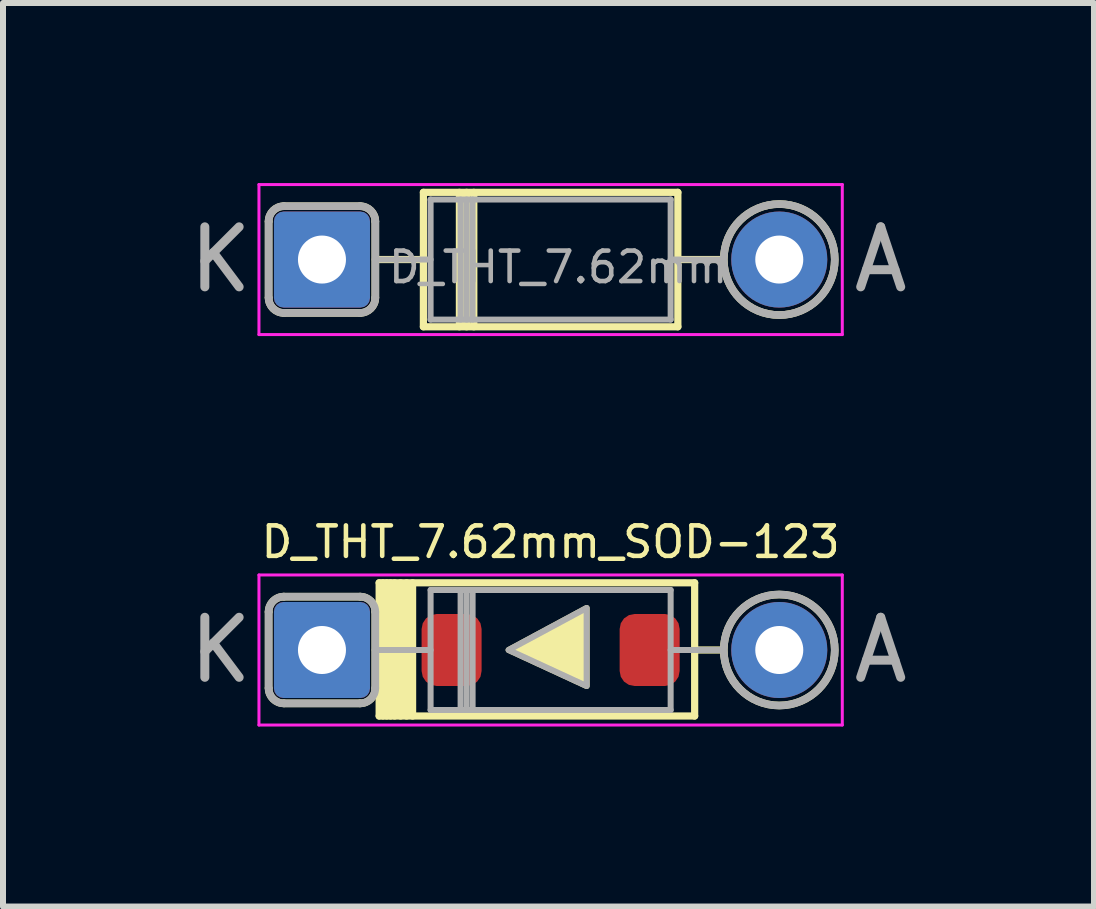
<source format=kicad_pcb>
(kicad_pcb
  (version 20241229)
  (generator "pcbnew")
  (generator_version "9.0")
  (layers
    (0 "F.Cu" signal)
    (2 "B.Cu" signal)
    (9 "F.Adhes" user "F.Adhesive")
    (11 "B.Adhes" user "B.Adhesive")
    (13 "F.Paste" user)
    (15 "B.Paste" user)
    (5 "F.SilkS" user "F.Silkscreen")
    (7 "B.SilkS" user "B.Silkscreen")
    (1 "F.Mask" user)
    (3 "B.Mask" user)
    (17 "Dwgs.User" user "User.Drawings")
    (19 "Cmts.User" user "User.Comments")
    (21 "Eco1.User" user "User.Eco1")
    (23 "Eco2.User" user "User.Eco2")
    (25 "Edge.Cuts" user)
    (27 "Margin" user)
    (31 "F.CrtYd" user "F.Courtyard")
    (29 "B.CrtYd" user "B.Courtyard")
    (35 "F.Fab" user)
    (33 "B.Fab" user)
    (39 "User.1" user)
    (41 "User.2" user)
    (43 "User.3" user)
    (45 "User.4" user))
  (footprint "D_THT_7.62mm_SOD-123"
    (layer "F.Cu")
    (at 6.125 7.781)
    (property "Reference" "D_THT_7.62mm_SOD-123" (at 0 -1.8 0) (layer "F.SilkS") (effects (font (size 0.508 0.508) (thickness 0.076))))
    (attr through_hole)
    (fp_line (start -4.699 0.635) (end -4.699 -0.635) (stroke (width 0.127) (type solid)) (layer "F.SilkS"))
    (fp_line (start -4.445 -0.889) (end -3.175 -0.889) (stroke (width 0.127) (type solid)) (layer "F.SilkS"))
    (fp_line (start -3.175 0.889) (end -4.445 0.889) (stroke (width 0.127) (type solid)) (layer "F.SilkS"))
    (fp_line (start -2.921 -0.635) (end -2.921 0.635) (stroke (width 0.127) (type solid)) (layer "F.SilkS"))
    (fp_line (start -2.921 0) (end -2.4 0) (stroke (width 0.12) (type solid)) (layer "F.SilkS"))
    (fp_line (start -2.857 -1.12) (end -2.857 1.1) (stroke (width 0.12) (type solid)) (layer "F.SilkS"))
    (fp_line (start -2.857 1.1) (end 2.4 1.1) (stroke (width 0.12) (type solid)) (layer "F.SilkS"))
    (fp_line (start -2.794 -1.12) (end -2.794 1.1) (stroke (width 0.12) (type solid)) (layer "F.SilkS"))
    (fp_line (start -2.731 -1.12) (end -2.731 1.1) (stroke (width 0.12) (type solid)) (layer "F.SilkS"))
    (fp_line (start -2.667 -1.12) (end -2.667 1.1) (stroke (width 0.12) (type solid)) (layer "F.SilkS"))
    (fp_line (start -2.6 -1.12) (end -2.6 1.1) (stroke (width 0.12) (type solid)) (layer "F.SilkS"))
    (fp_line (start -2.5 -1.12) (end -2.5 1.1) (stroke (width 0.12) (type solid)) (layer "F.SilkS"))
    (fp_line (start -2.4 -1.12) (end -2.4 1.1) (stroke (width 0.12) (type solid)) (layer "F.SilkS"))
    (fp_line (start -2.3 -1.12) (end -2.3 1.1) (stroke (width 0.12) (type solid)) (layer "F.SilkS"))
    (fp_line (start 2.4 -1.12) (end -2.857 -1.12) (stroke (width 0.12) (type solid)) (layer "F.SilkS"))
    (fp_line (start 2.4 -1.12) (end 2.4 1.1) (stroke (width 0.12) (type solid)) (layer "F.SilkS"))
    (fp_line (start 2.87 0) (end 2.4 0) (stroke (width 0.12) (type solid)) (layer "F.SilkS"))
    (fp_arc (start -4.699 -0.635) (mid -4.624605 -0.814605) (end -4.445 -0.889) (stroke (width 0.127) (type solid)) (layer "F.SilkS"))
    (fp_arc (start -4.445 0.889) (mid -4.624605 0.814605) (end -4.699 0.635) (stroke (width 0.127) (type solid)) (layer "F.SilkS"))
    (fp_arc (start -3.175 -0.889) (mid -2.995395 -0.814605) (end -2.921 -0.635) (stroke (width 0.127) (type solid)) (layer "F.SilkS"))
    (fp_arc (start -2.921 0.635) (mid -2.995395 0.814605) (end -3.175 0.889) (stroke (width 0.127) (type solid)) (layer "F.SilkS"))
    (fp_circle (center 3.81 0) (end 4.699 0.254) (stroke (width 0.127) (type solid)) (fill no) (layer "F.SilkS"))
    (fp_poly (pts (xy -0.7 0) (xy 0.6 -0.7) (xy 0.6 0.6)) (stroke (width 0.1) (type solid)) (fill yes) (layer "F.SilkS"))
    (fp_line (start -4.86 -1.25) (end -4.86 1.25) (stroke (width 0.05) (type solid)) (layer "F.CrtYd"))
    (fp_line (start -4.86 1.25) (end 4.86 1.25) (stroke (width 0.05) (type solid)) (layer "F.CrtYd"))
    (fp_line (start 4.86 -1.25) (end -4.86 -1.25) (stroke (width 0.05) (type solid)) (layer "F.CrtYd"))
    (fp_line (start 4.86 1.25) (end 4.86 -1.25) (stroke (width 0.05) (type solid)) (layer "F.CrtYd"))
    (fp_line (start -4.699 0.635) (end -4.699 -0.635) (stroke (width 0.127) (type solid)) (layer "F.Fab"))
    (fp_line (start -4.445 -0.889) (end -3.175 -0.889) (stroke (width 0.127) (type solid)) (layer "F.Fab"))
    (fp_line (start -3.175 0.889) (end -4.445 0.889) (stroke (width 0.127) (type solid)) (layer "F.Fab"))
    (fp_line (start -2.921 -0.635) (end -2.921 0.635) (stroke (width 0.127) (type solid)) (layer "F.Fab"))
    (fp_line (start -2.921 0) (end -2 0) (stroke (width 0.1) (type solid)) (layer "F.Fab"))
    (fp_line (start -2 -1) (end -2 1) (stroke (width 0.1) (type solid)) (layer "F.Fab"))
    (fp_line (start -2 1) (end 2 1) (stroke (width 0.1) (type solid)) (layer "F.Fab"))
    (fp_line (start -1.5 -1) (end -1.5 1) (stroke (width 0.1) (type solid)) (layer "F.Fab"))
    (fp_line (start -1.4 -1) (end -1.4 1) (stroke (width 0.1) (type solid)) (layer "F.Fab"))
    (fp_line (start -1.3 -1) (end -1.3 1) (stroke (width 0.1) (type solid)) (layer "F.Fab"))
    (fp_line (start 2 -1) (end -2 -1) (stroke (width 0.1) (type solid)) (layer "F.Fab"))
    (fp_line (start 2 1) (end 2 -1) (stroke (width 0.1) (type solid)) (layer "F.Fab"))
    (fp_line (start 2.857 0) (end 2 0) (stroke (width 0.1) (type solid)) (layer "F.Fab"))
    (fp_arc (start -4.699 -0.635) (mid -4.624605 -0.814605) (end -4.445 -0.889) (stroke (width 0.127) (type solid)) (layer "F.Fab"))
    (fp_arc (start -4.445 0.889) (mid -4.624605 0.814605) (end -4.699 0.635) (stroke (width 0.127) (type solid)) (layer "F.Fab"))
    (fp_arc (start -3.175 -0.889) (mid -2.995395 -0.814605) (end -2.921 -0.635) (stroke (width 0.127) (type solid)) (layer "F.Fab"))
    (fp_arc (start -2.921 0.635) (mid -2.995395 0.814605) (end -3.175 0.889) (stroke (width 0.127) (type solid)) (layer "F.Fab"))
    (fp_circle (center 3.81 0) (end 4.735 0) (stroke (width 0.127) (type solid)) (fill no) (layer "F.Fab"))
    (fp_poly (pts (xy -0.7 0) (xy 0.6 -0.7) (xy 0.6 0.6)) (stroke (width 0.1) (type solid)) (fill no) (layer "F.Fab"))
    (fp_text user "K" (at -5.5 0 0) (layer "F.Fab") (effects (font (size 1 1) (thickness 0.15))))
    (fp_text user "A" (at 5.5 0 0) (layer "F.Fab") (effects (font (size 1 1) (thickness 0.15))))
    (pad "1" thru_hole roundrect (at -3.81 0) (size 1.6 1.6) (drill 0.8) (layers "*.Cu" "*.Mask") (roundrect_rratio 0.1))
    (pad "1" smd roundrect (at -1.65 0) (size 1 1.2) (layers "F.Cu" "F.Mask" "F.Paste") (roundrect_rratio 0.25))
    (pad "2" smd roundrect (at 1.65 0) (size 1 1.2) (layers "F.Cu" "F.Mask" "F.Paste") (roundrect_rratio 0.25))
    (pad "2" thru_hole oval (at 3.81 0) (size 1.6 1.6) (drill 0.8) (layers "*.Cu" "*.Mask")))
  (footprint "D_THT_7.62mm"
    (layer "F.Cu")
    (at 6.125 1.275)
    (property "Reference" "D_THT_7.62mm" (at 0.127 0.127 0) (layer "F.Fab") (effects (font (size 0.508 0.508) (thickness 0.076))))
    (attr through_hole)
    (fp_line (start -4.699 0.635) (end -4.699 -0.635) (stroke (width 0.127) (type solid)) (layer "F.SilkS"))
    (fp_line (start -4.445 -0.889) (end -3.175 -0.889) (stroke (width 0.127) (type solid)) (layer "F.SilkS"))
    (fp_line (start -3.175 0.889) (end -4.445 0.889) (stroke (width 0.127) (type solid)) (layer "F.SilkS"))
    (fp_line (start -2.921 -0.635) (end -2.921 0.635) (stroke (width 0.127) (type solid)) (layer "F.SilkS"))
    (fp_line (start -2.921 0) (end -2.12 0) (stroke (width 0.12) (type solid)) (layer "F.SilkS"))
    (fp_line (start -2.12 -1.12) (end -2.12 1.12) (stroke (width 0.12) (type solid)) (layer "F.SilkS"))
    (fp_line (start -2.12 1.12) (end 2.12 1.12) (stroke (width 0.12) (type solid)) (layer "F.SilkS"))
    (fp_line (start -1.52 -1.12) (end -1.52 1.12) (stroke (width 0.12) (type solid)) (layer "F.SilkS"))
    (fp_line (start -1.4 -1.12) (end -1.4 1.12) (stroke (width 0.12) (type solid)) (layer "F.SilkS"))
    (fp_line (start -1.28 -1.12) (end -1.28 1.12) (stroke (width 0.12) (type solid)) (layer "F.SilkS"))
    (fp_line (start 2.12 -1.12) (end -2.12 -1.12) (stroke (width 0.12) (type solid)) (layer "F.SilkS"))
    (fp_line (start 2.12 1.12) (end 2.12 -1.12) (stroke (width 0.12) (type solid)) (layer "F.SilkS"))
    (fp_line (start 2.87 0) (end 2.159 0) (stroke (width 0.12) (type solid)) (layer "F.SilkS"))
    (fp_arc (start -4.699 -0.635) (mid -4.624605 -0.814605) (end -4.445 -0.889) (stroke (width 0.127) (type solid)) (layer "F.SilkS"))
    (fp_arc (start -4.445 0.889) (mid -4.624605 0.814605) (end -4.699 0.635) (stroke (width 0.127) (type solid)) (layer "F.SilkS"))
    (fp_arc (start -3.175 -0.889) (mid -2.995395 -0.814605) (end -2.921 -0.635) (stroke (width 0.127) (type solid)) (layer "F.SilkS"))
    (fp_arc (start -2.921 0.635) (mid -2.995395 0.814605) (end -3.175 0.889) (stroke (width 0.127) (type solid)) (layer "F.SilkS"))
    (fp_circle (center 3.81 0) (end 4.699 0.254) (stroke (width 0.127) (type solid)) (fill no) (layer "F.SilkS"))
    (fp_line (start -4.86 -1.25) (end -4.86 1.25) (stroke (width 0.05) (type solid)) (layer "F.CrtYd"))
    (fp_line (start -4.86 1.25) (end 4.86 1.25) (stroke (width 0.05) (type solid)) (layer "F.CrtYd"))
    (fp_line (start 4.86 -1.25) (end -4.86 -1.25) (stroke (width 0.05) (type solid)) (layer "F.CrtYd"))
    (fp_line (start 4.86 1.25) (end 4.86 -1.25) (stroke (width 0.05) (type solid)) (layer "F.CrtYd"))
    (fp_line (start -4.699 0.635) (end -4.699 -0.635) (stroke (width 0.127) (type solid)) (layer "F.Fab"))
    (fp_line (start -4.445 -0.889) (end -3.175 -0.889) (stroke (width 0.127) (type solid)) (layer "F.Fab"))
    (fp_line (start -3.175 0.889) (end -4.445 0.889) (stroke (width 0.127) (type solid)) (layer "F.Fab"))
    (fp_line (start -2.921 -0.635) (end -2.921 0.635) (stroke (width 0.127) (type solid)) (layer "F.Fab"))
    (fp_line (start -2.921 0) (end -2 0) (stroke (width 0.1) (type solid)) (layer "F.Fab"))
    (fp_line (start -2 -1) (end -2 1) (stroke (width 0.1) (type solid)) (layer "F.Fab"))
    (fp_line (start -2 1) (end 2 1) (stroke (width 0.1) (type solid)) (layer "F.Fab"))
    (fp_line (start -1.5 -1) (end -1.5 1) (stroke (width 0.1) (type solid)) (layer "F.Fab"))
    (fp_line (start -1.4 -1) (end -1.4 1) (stroke (width 0.1) (type solid)) (layer "F.Fab"))
    (fp_line (start -1.3 -1) (end -1.3 1) (stroke (width 0.1) (type solid)) (layer "F.Fab"))
    (fp_line (start 2 -1) (end -2 -1) (stroke (width 0.1) (type solid)) (layer "F.Fab"))
    (fp_line (start 2 1) (end 2 -1) (stroke (width 0.1) (type solid)) (layer "F.Fab"))
    (fp_line (start 2.885 0) (end 2 0) (stroke (width 0.1) (type solid)) (layer "F.Fab"))
    (fp_arc (start -4.699 -0.635) (mid -4.624605 -0.814605) (end -4.445 -0.889) (stroke (width 0.127) (type solid)) (layer "F.Fab"))
    (fp_arc (start -4.445 0.889) (mid -4.624605 0.814605) (end -4.699 0.635) (stroke (width 0.127) (type solid)) (layer "F.Fab"))
    (fp_arc (start -3.175 -0.889) (mid -2.995395 -0.814605) (end -2.921 -0.635) (stroke (width 0.127) (type solid)) (layer "F.Fab"))
    (fp_arc (start -2.921 0.635) (mid -2.995395 0.814605) (end -3.175 0.889) (stroke (width 0.127) (type solid)) (layer "F.Fab"))
    (fp_circle (center 3.81 0) (end 4.735 0) (stroke (width 0.127) (type solid)) (fill no) (layer "F.Fab"))
    (fp_text user "K" (at -5.5 0 0) (layer "F.Fab") (effects (font (size 1 1) (thickness 0.15))))
    (fp_text user "A" (at 5.5 0 0) (layer "F.Fab") (effects (font (size 1 1) (thickness 0.15))))
    (pad "1" thru_hole roundrect (at -3.81 0) (size 1.6 1.6) (drill 0.8) (layers "*.Cu" "*.Mask") (roundrect_rratio 0.1))
    (pad "2" thru_hole oval (at 3.81 0) (size 1.6 1.6) (drill 0.8) (layers "*.Cu" "*.Mask")))
  (gr_rect
    (start -3 -3)
    (end 15.179 12.056)
    (stroke (width 0.1) (type default))
    (fill no)
    (layer "Edge.Cuts")))
</source>
